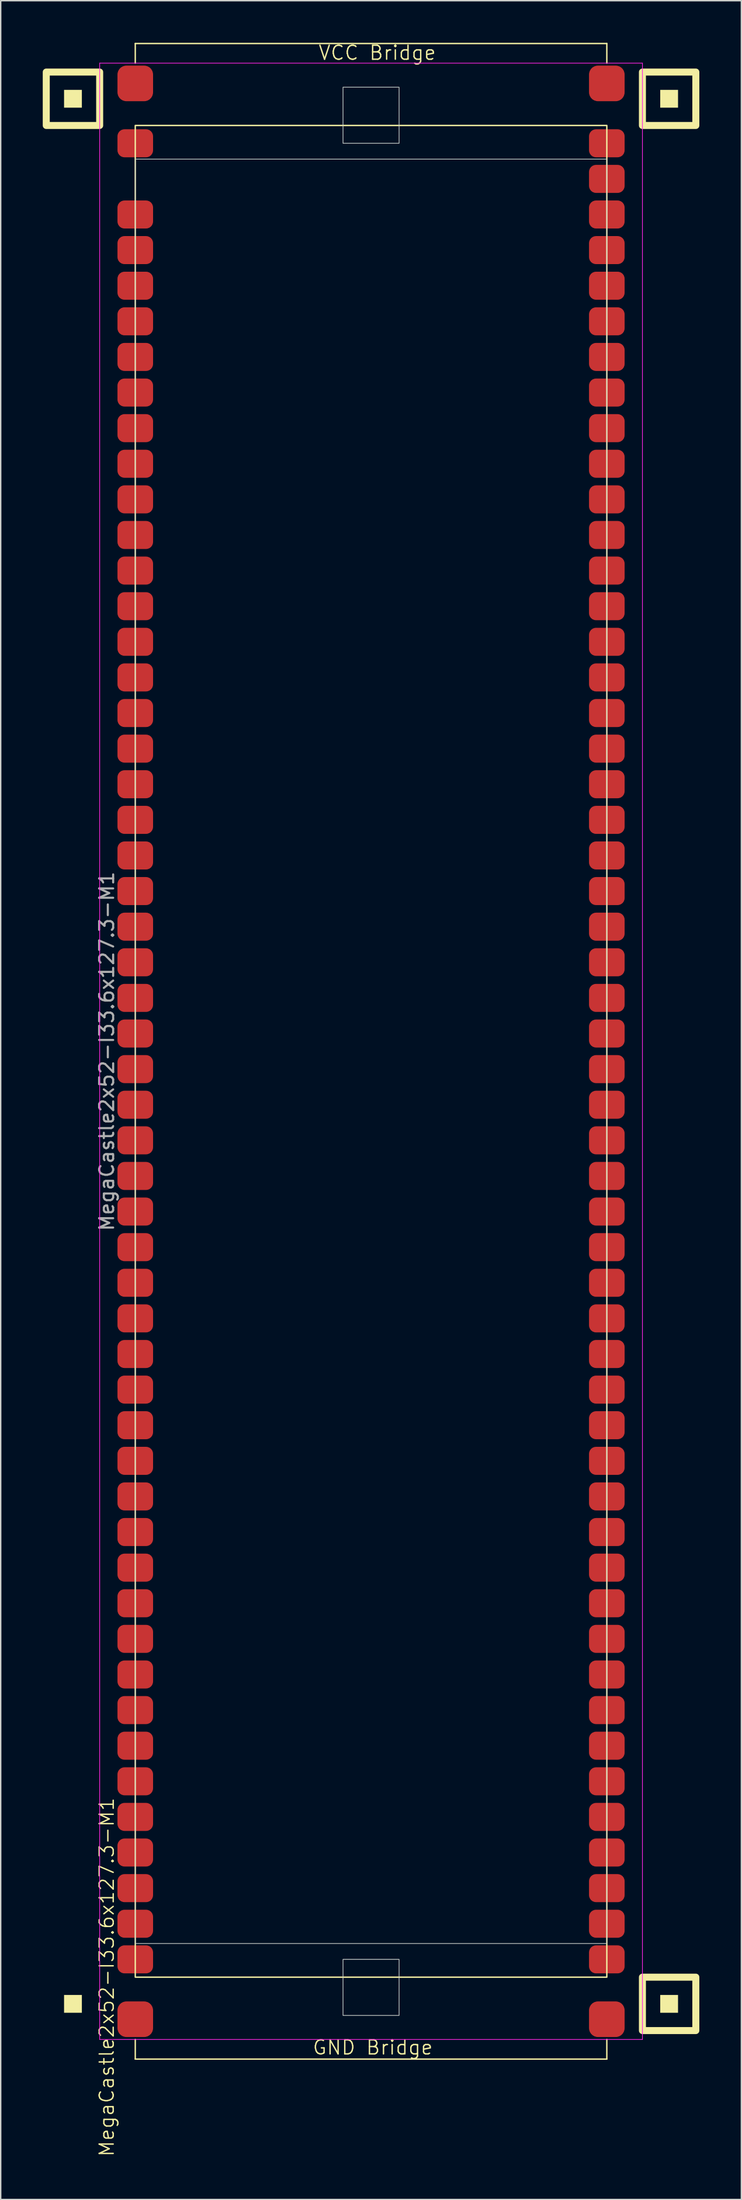
<source format=kicad_pcb>
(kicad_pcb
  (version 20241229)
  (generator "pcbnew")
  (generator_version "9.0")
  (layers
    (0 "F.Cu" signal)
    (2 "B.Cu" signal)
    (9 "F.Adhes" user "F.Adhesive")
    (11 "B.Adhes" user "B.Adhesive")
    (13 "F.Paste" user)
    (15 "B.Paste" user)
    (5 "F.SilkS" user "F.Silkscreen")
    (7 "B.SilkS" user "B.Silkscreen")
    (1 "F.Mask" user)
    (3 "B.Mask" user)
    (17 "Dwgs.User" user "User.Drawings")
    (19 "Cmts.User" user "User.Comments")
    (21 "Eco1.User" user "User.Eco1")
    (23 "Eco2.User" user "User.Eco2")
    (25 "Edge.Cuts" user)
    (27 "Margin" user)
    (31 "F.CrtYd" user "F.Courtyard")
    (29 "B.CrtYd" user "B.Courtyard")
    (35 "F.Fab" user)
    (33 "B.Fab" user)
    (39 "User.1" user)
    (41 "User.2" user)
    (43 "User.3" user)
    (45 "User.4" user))
  (footprint "MegaCastle2x52-I33.6x127.3-M1"
    (layer "F.Cu")
    (at 23.42 71.94)
    (property "Reference" "MegaCastle2x52-I33.6x127.3-M1" (at -18.852 66.04 90) (unlocked yes) (layer "F.SilkS") (effects (font (size 1 1) (thickness 0.1))))
    (attr smd)
    (fp_line (start -16.82 -71.885) (end 16.82 -71.885) (stroke (width 0.1) (type default)) (layer "F.SilkS"))
    (fp_line (start -16.82 -70.485) (end -16.82 -71.885) (stroke (width 0.1) (type default)) (layer "F.SilkS"))
    (fp_line (start -16.82 70.485) (end -16.82 71.885) (stroke (width 0.1) (type default)) (layer "F.SilkS"))
    (fp_line (start -16.82 71.885) (end 16.82 71.885) (stroke (width 0.1) (type default)) (layer "F.SilkS"))
    (fp_line (start 16.82 -70.485) (end 16.82 -71.885) (stroke (width 0.1) (type default)) (layer "F.SilkS"))
    (fp_line (start 16.82 70.485) (end 16.82 71.885) (stroke (width 0.1) (type default)) (layer "F.SilkS"))
    (fp_rect (start -20.63 -67.31) (end -21.9 -68.58) (stroke (width 0) (type solid)) (fill yes) (layer "F.SilkS"))
    (fp_rect (start -20.63 68.58) (end -21.9 67.31) (stroke (width 0) (type solid)) (fill yes) (layer "F.SilkS"))
    (fp_rect (start -19.36 -66.04) (end -23.17 -69.85) (stroke (width 0.5) (type default)) (fill no) (layer "F.SilkS"))
    (fp_rect (start -16.82 -66.04) (end 16.82 66.04) (stroke (width 0.1) (type default)) (fill no) (layer "F.SilkS"))
    (fp_rect (start 21.9 -67.31) (end 20.63 -68.58) (stroke (width 0) (type solid)) (fill yes) (layer "F.SilkS"))
    (fp_rect (start 21.9 68.58) (end 20.63 67.31) (stroke (width 0) (type solid)) (fill yes) (layer "F.SilkS"))
    (fp_rect (start 23.17 -66.04) (end 19.36 -69.85) (stroke (width 0.5) (type default)) (fill no) (layer "F.SilkS"))
    (fp_rect (start 23.17 69.85) (end 19.36 66.04) (stroke (width 0.5) (type default)) (fill no) (layer "F.SilkS"))
    (fp_rect (start -16.82 -63.64) (end 16.82 63.64) (stroke (width 0.05) (type default)) (fill no) (layer "Edge.Cuts"))
    (fp_rect (start -2 -64.77) (end 2 -68.77) (stroke (width 0.05) (type default)) (fill no) (layer "Edge.Cuts"))
    (fp_rect (start -2 64.77) (end 2 68.77) (stroke (width 0.05) (type default)) (fill no) (layer "Edge.Cuts"))
    (fp_line (start -19.36 -70.485) (end -19.36 70.485) (stroke (width 0.05) (type default)) (layer "F.CrtYd"))
    (fp_line (start -19.36 70.485) (end 19.36 70.485) (stroke (width 0.05) (type default)) (layer "F.CrtYd"))
    (fp_line (start 19.36 -70.485) (end -19.36 -70.485) (stroke (width 0.05) (type default)) (layer "F.CrtYd"))
    (fp_line (start 19.36 -70.485) (end 19.36 70.485) (stroke (width 0.05) (type default)) (layer "F.CrtYd"))
    (fp_text user "GND Bridge" (at -4.226 71.64 0) (unlocked yes) (layer "F.SilkS") (effects (font (size 1 1) (thickness 0.1)) (justify left bottom)))
    (fp_text user "VCC Bridge" (at -3.81 -70.64 0) (unlocked yes) (layer "F.SilkS") (effects (font (size 1 1) (thickness 0.1)) (justify left bottom)))
    (fp_text user "${REFERENCE}" (at -18.852 0 90) (unlocked yes) (layer "F.Fab") (effects (font (size 1 1) (thickness 0.15))))
    (pad "1" smd roundrect (at -16.82 -64.77) (size 2.54 2) (layers "F.Cu" "F.Mask" "F.Paste") (roundrect_rratio 0.25))
    (pad "3" smd roundrect (at -16.82 -59.69) (size 2.54 2) (layers "F.Cu" "F.Mask" "F.Paste") (roundrect_rratio 0.25))
    (pad "4" smd roundrect (at -16.82 -57.15) (size 2.54 2) (layers "F.Cu" "F.Mask" "F.Paste") (roundrect_rratio 0.25))
    (pad "5" smd roundrect (at -16.82 -54.61) (size 2.54 2) (layers "F.Cu" "F.Mask" "F.Paste") (roundrect_rratio 0.25))
    (pad "6" smd roundrect (at -16.82 -52.07) (size 2.54 2) (layers "F.Cu" "F.Mask" "F.Paste") (roundrect_rratio 0.25))
    (pad "7" smd roundrect (at -16.82 -49.53) (size 2.54 2) (layers "F.Cu" "F.Mask" "F.Paste") (roundrect_rratio 0.25))
    (pad "8" smd roundrect (at -16.82 -46.99) (size 2.54 2) (layers "F.Cu" "F.Mask" "F.Paste") (roundrect_rratio 0.25))
    (pad "9" smd roundrect (at -16.82 -44.45) (size 2.54 2) (layers "F.Cu" "F.Mask" "F.Paste") (roundrect_rratio 0.25))
    (pad "10" smd roundrect (at -16.82 -41.91) (size 2.54 2) (layers "F.Cu" "F.Mask" "F.Paste") (roundrect_rratio 0.25))
    (pad "11" smd roundrect (at -16.82 -39.37) (size 2.54 2) (layers "F.Cu" "F.Mask" "F.Paste") (roundrect_rratio 0.25))
    (pad "12" smd roundrect (at -16.82 -36.83) (size 2.54 2) (layers "F.Cu" "F.Mask" "F.Paste") (roundrect_rratio 0.25))
    (pad "13" smd roundrect (at -16.82 -34.29) (size 2.54 2) (layers "F.Cu" "F.Mask" "F.Paste") (roundrect_rratio 0.25))
    (pad "14" smd roundrect (at -16.82 -31.75) (size 2.54 2) (layers "F.Cu" "F.Mask" "F.Paste") (roundrect_rratio 0.25))
    (pad "15" smd roundrect (at -16.82 -29.21) (size 2.54 2) (layers "F.Cu" "F.Mask" "F.Paste") (roundrect_rratio 0.25))
    (pad "16" smd roundrect (at -16.82 -26.67) (size 2.54 2) (layers "F.Cu" "F.Mask" "F.Paste") (roundrect_rratio 0.25))
    (pad "17" smd roundrect (at -16.82 -24.13) (size 2.54 2) (layers "F.Cu" "F.Mask" "F.Paste") (roundrect_rratio 0.25))
    (pad "18" smd roundrect (at -16.82 -21.59) (size 2.54 2) (layers "F.Cu" "F.Mask" "F.Paste") (roundrect_rratio 0.25))
    (pad "19" smd roundrect (at -16.82 -19.05) (size 2.54 2) (layers "F.Cu" "F.Mask" "F.Paste") (roundrect_rratio 0.25))
    (pad "20" smd roundrect (at -16.82 -16.51) (size 2.54 2) (layers "F.Cu" "F.Mask" "F.Paste") (roundrect_rratio 0.25))
    (pad "21" smd roundrect (at -16.82 -13.97) (size 2.54 2) (layers "F.Cu" "F.Mask" "F.Paste") (roundrect_rratio 0.25))
    (pad "22" smd roundrect (at -16.82 -11.43) (size 2.54 2) (layers "F.Cu" "F.Mask" "F.Paste") (roundrect_rratio 0.25))
    (pad "23" smd roundrect (at -16.82 -8.89) (size 2.54 2) (layers "F.Cu" "F.Mask" "F.Paste") (roundrect_rratio 0.25))
    (pad "24" smd roundrect (at -16.82 -6.35) (size 2.54 2) (layers "F.Cu" "F.Mask" "F.Paste") (roundrect_rratio 0.25))
    (pad "25" smd roundrect (at -16.82 -3.81) (size 2.54 2) (layers "F.Cu" "F.Mask" "F.Paste") (roundrect_rratio 0.25))
    (pad "26" smd roundrect (at -16.82 -1.27) (size 2.54 2) (layers "F.Cu" "F.Mask" "F.Paste") (roundrect_rratio 0.25))
    (pad "27" smd roundrect (at -16.82 1.27) (size 2.54 2) (layers "F.Cu" "F.Mask" "F.Paste") (roundrect_rratio 0.25))
    (pad "28" smd roundrect (at -16.82 3.81) (size 2.54 2) (layers "F.Cu" "F.Mask" "F.Paste") (roundrect_rratio 0.25))
    (pad "29" smd roundrect (at -16.82 6.35) (size 2.54 2) (layers "F.Cu" "F.Mask" "F.Paste") (roundrect_rratio 0.25))
    (pad "30" smd roundrect (at -16.82 8.89) (size 2.54 2) (layers "F.Cu" "F.Mask" "F.Paste") (roundrect_rratio 0.25))
    (pad "31" smd roundrect (at -16.82 11.43) (size 2.54 2) (layers "F.Cu" "F.Mask" "F.Paste") (roundrect_rratio 0.25))
    (pad "32" smd roundrect (at -16.82 13.97) (size 2.54 2) (layers "F.Cu" "F.Mask" "F.Paste") (roundrect_rratio 0.25))
    (pad "33" smd roundrect (at -16.82 16.51) (size 2.54 2) (layers "F.Cu" "F.Mask" "F.Paste") (roundrect_rratio 0.25))
    (pad "34" smd roundrect (at -16.82 19.05) (size 2.54 2) (layers "F.Cu" "F.Mask" "F.Paste") (roundrect_rratio 0.25))
    (pad "35" smd roundrect (at -16.82 21.59) (size 2.54 2) (layers "F.Cu" "F.Mask" "F.Paste") (roundrect_rratio 0.25))
    (pad "36" smd roundrect (at -16.82 24.13) (size 2.54 2) (layers "F.Cu" "F.Mask" "F.Paste") (roundrect_rratio 0.25))
    (pad "37" smd roundrect (at -16.82 26.67) (size 2.54 2) (layers "F.Cu" "F.Mask" "F.Paste") (roundrect_rratio 0.25))
    (pad "38" smd roundrect (at -16.82 29.21) (size 2.54 2) (layers "F.Cu" "F.Mask" "F.Paste") (roundrect_rratio 0.25))
    (pad "39" smd roundrect (at -16.82 31.75) (size 2.54 2) (layers "F.Cu" "F.Mask" "F.Paste") (roundrect_rratio 0.25))
    (pad "40" smd roundrect (at -16.82 34.29) (size 2.54 2) (layers "F.Cu" "F.Mask" "F.Paste") (roundrect_rratio 0.25))
    (pad "41" smd roundrect (at -16.82 36.83) (size 2.54 2) (layers "F.Cu" "F.Mask" "F.Paste") (roundrect_rratio 0.25))
    (pad "42" smd roundrect (at -16.82 39.37) (size 2.54 2) (layers "F.Cu" "F.Mask" "F.Paste") (roundrect_rratio 0.25))
    (pad "43" smd roundrect (at -16.82 41.91) (size 2.54 2) (layers "F.Cu" "F.Mask" "F.Paste") (roundrect_rratio 0.25))
    (pad "44" smd roundrect (at -16.82 44.45) (size 2.54 2) (layers "F.Cu" "F.Mask" "F.Paste") (roundrect_rratio 0.25))
    (pad "45" smd roundrect (at -16.82 46.99) (size 2.54 2) (layers "F.Cu" "F.Mask" "F.Paste") (roundrect_rratio 0.25))
    (pad "46" smd roundrect (at -16.82 49.53) (size 2.54 2) (layers "F.Cu" "F.Mask" "F.Paste") (roundrect_rratio 0.25))
    (pad "47" smd roundrect (at -16.82 52.07) (size 2.54 2) (layers "F.Cu" "F.Mask" "F.Paste") (roundrect_rratio 0.25))
    (pad "48" smd roundrect (at -16.82 54.61) (size 2.54 2) (layers "F.Cu" "F.Mask" "F.Paste") (roundrect_rratio 0.25))
    (pad "49" smd roundrect (at -16.82 57.15) (size 2.54 2) (layers "F.Cu" "F.Mask" "F.Paste") (roundrect_rratio 0.25))
    (pad "50" smd roundrect (at -16.82 59.69) (size 2.54 2) (layers "F.Cu" "F.Mask" "F.Paste") (roundrect_rratio 0.25))
    (pad "51" smd roundrect (at -16.82 62.23) (size 2.54 2) (layers "F.Cu" "F.Mask" "F.Paste") (roundrect_rratio 0.25))
    (pad "52" smd roundrect (at -16.82 64.77) (size 2.54 2) (layers "F.Cu" "F.Mask" "F.Paste") (roundrect_rratio 0.25))
    (pad "53" smd roundrect (at 16.82 -64.77) (size 2.54 2) (layers "F.Cu" "F.Mask" "F.Paste") (roundrect_rratio 0.25))
    (pad "54" smd roundrect (at 16.82 -62.23) (size 2.54 2) (layers "F.Cu" "F.Mask" "F.Paste") (roundrect_rratio 0.25))
    (pad "55" smd roundrect (at 16.82 -59.69) (size 2.54 2) (layers "F.Cu" "F.Mask" "F.Paste") (roundrect_rratio 0.25))
    (pad "56" smd roundrect (at 16.82 -57.15) (size 2.54 2) (layers "F.Cu" "F.Mask" "F.Paste") (roundrect_rratio 0.25))
    (pad "57" smd roundrect (at 16.82 -54.61) (size 2.54 2) (layers "F.Cu" "F.Mask" "F.Paste") (roundrect_rratio 0.25))
    (pad "58" smd roundrect (at 16.82 -52.07) (size 2.54 2) (layers "F.Cu" "F.Mask" "F.Paste") (roundrect_rratio 0.25))
    (pad "59" smd roundrect (at 16.82 -49.53) (size 2.54 2) (layers "F.Cu" "F.Mask" "F.Paste") (roundrect_rratio 0.25))
    (pad "60" smd roundrect (at 16.82 -46.99) (size 2.54 2) (layers "F.Cu" "F.Mask" "F.Paste") (roundrect_rratio 0.25))
    (pad "61" smd roundrect (at 16.82 -44.45) (size 2.54 2) (layers "F.Cu" "F.Mask" "F.Paste") (roundrect_rratio 0.25))
    (pad "62" smd roundrect (at 16.82 -41.91) (size 2.54 2) (layers "F.Cu" "F.Mask" "F.Paste") (roundrect_rratio 0.25))
    (pad "63" smd roundrect (at 16.82 -39.37) (size 2.54 2) (layers "F.Cu" "F.Mask" "F.Paste") (roundrect_rratio 0.25))
    (pad "64" smd roundrect (at 16.82 -36.83) (size 2.54 2) (layers "F.Cu" "F.Mask" "F.Paste") (roundrect_rratio 0.25))
    (pad "65" smd roundrect (at 16.82 -34.29) (size 2.54 2) (layers "F.Cu" "F.Mask" "F.Paste") (roundrect_rratio 0.25))
    (pad "66" smd roundrect (at 16.82 -31.75) (size 2.54 2) (layers "F.Cu" "F.Mask" "F.Paste") (roundrect_rratio 0.25))
    (pad "67" smd roundrect (at 16.82 -29.21) (size 2.54 2) (layers "F.Cu" "F.Mask" "F.Paste") (roundrect_rratio 0.25))
    (pad "68" smd roundrect (at 16.82 -26.67) (size 2.54 2) (layers "F.Cu" "F.Mask" "F.Paste") (roundrect_rratio 0.25))
    (pad "69" smd roundrect (at 16.82 -24.13) (size 2.54 2) (layers "F.Cu" "F.Mask" "F.Paste") (roundrect_rratio 0.25))
    (pad "70" smd roundrect (at 16.82 -21.59) (size 2.54 2) (layers "F.Cu" "F.Mask" "F.Paste") (roundrect_rratio 0.25))
    (pad "71" smd roundrect (at 16.82 -19.05) (size 2.54 2) (layers "F.Cu" "F.Mask" "F.Paste") (roundrect_rratio 0.25))
    (pad "72" smd roundrect (at 16.82 -16.51) (size 2.54 2) (layers "F.Cu" "F.Mask" "F.Paste") (roundrect_rratio 0.25))
    (pad "73" smd roundrect (at 16.82 -13.97) (size 2.54 2) (layers "F.Cu" "F.Mask" "F.Paste") (roundrect_rratio 0.25))
    (pad "74" smd roundrect (at 16.82 -11.43) (size 2.54 2) (layers "F.Cu" "F.Mask" "F.Paste") (roundrect_rratio 0.25))
    (pad "75" smd roundrect (at 16.82 -8.89) (size 2.54 2) (layers "F.Cu" "F.Mask" "F.Paste") (roundrect_rratio 0.25))
    (pad "76" smd roundrect (at 16.82 -6.35) (size 2.54 2) (layers "F.Cu" "F.Mask" "F.Paste") (roundrect_rratio 0.25))
    (pad "77" smd roundrect (at 16.82 -3.81) (size 2.54 2) (layers "F.Cu" "F.Mask" "F.Paste") (roundrect_rratio 0.25))
    (pad "78" smd roundrect (at 16.82 -1.27) (size 2.54 2) (layers "F.Cu" "F.Mask" "F.Paste") (roundrect_rratio 0.25))
    (pad "79" smd roundrect (at 16.82 1.27) (size 2.54 2) (layers "F.Cu" "F.Mask" "F.Paste") (roundrect_rratio 0.25))
    (pad "80" smd roundrect (at 16.82 3.81) (size 2.54 2) (layers "F.Cu" "F.Mask" "F.Paste") (roundrect_rratio 0.25))
    (pad "81" smd roundrect (at 16.82 6.35) (size 2.54 2) (layers "F.Cu" "F.Mask" "F.Paste") (roundrect_rratio 0.25))
    (pad "82" smd roundrect (at 16.82 8.89) (size 2.54 2) (layers "F.Cu" "F.Mask" "F.Paste") (roundrect_rratio 0.25))
    (pad "83" smd roundrect (at 16.82 11.43) (size 2.54 2) (layers "F.Cu" "F.Mask" "F.Paste") (roundrect_rratio 0.25))
    (pad "84" smd roundrect (at 16.82 13.97) (size 2.54 2) (layers "F.Cu" "F.Mask" "F.Paste") (roundrect_rratio 0.25))
    (pad "85" smd roundrect (at 16.82 16.51) (size 2.54 2) (layers "F.Cu" "F.Mask" "F.Paste") (roundrect_rratio 0.25))
    (pad "86" smd roundrect (at 16.82 19.05) (size 2.54 2) (layers "F.Cu" "F.Mask" "F.Paste") (roundrect_rratio 0.25))
    (pad "87" smd roundrect (at 16.82 21.59) (size 2.54 2) (layers "F.Cu" "F.Mask" "F.Paste") (roundrect_rratio 0.25))
    (pad "88" smd roundrect (at 16.82 24.13) (size 2.54 2) (layers "F.Cu" "F.Mask" "F.Paste") (roundrect_rratio 0.25))
    (pad "89" smd roundrect (at 16.82 26.67) (size 2.54 2) (layers "F.Cu" "F.Mask" "F.Paste") (roundrect_rratio 0.25))
    (pad "90" smd roundrect (at 16.82 29.21) (size 2.54 2) (layers "F.Cu" "F.Mask" "F.Paste") (roundrect_rratio 0.25))
    (pad "91" smd roundrect (at 16.82 31.75) (size 2.54 2) (layers "F.Cu" "F.Mask" "F.Paste") (roundrect_rratio 0.25))
    (pad "92" smd roundrect (at 16.82 34.29) (size 2.54 2) (layers "F.Cu" "F.Mask" "F.Paste") (roundrect_rratio 0.25))
    (pad "93" smd roundrect (at 16.82 36.83) (size 2.54 2) (layers "F.Cu" "F.Mask" "F.Paste") (roundrect_rratio 0.25))
    (pad "94" smd roundrect (at 16.82 39.37) (size 2.54 2) (layers "F.Cu" "F.Mask" "F.Paste") (roundrect_rratio 0.25))
    (pad "95" smd roundrect (at 16.82 41.91) (size 2.54 2) (layers "F.Cu" "F.Mask" "F.Paste") (roundrect_rratio 0.25))
    (pad "96" smd roundrect (at 16.82 44.45) (size 2.54 2) (layers "F.Cu" "F.Mask" "F.Paste") (roundrect_rratio 0.25))
    (pad "97" smd roundrect (at 16.82 46.99) (size 2.54 2) (layers "F.Cu" "F.Mask" "F.Paste") (roundrect_rratio 0.25))
    (pad "98" smd roundrect (at 16.82 49.53) (size 2.54 2) (layers "F.Cu" "F.Mask" "F.Paste") (roundrect_rratio 0.25))
    (pad "99" smd roundrect (at 16.82 52.07) (size 2.54 2) (layers "F.Cu" "F.Mask" "F.Paste") (roundrect_rratio 0.25))
    (pad "100" smd roundrect (at 16.82 54.61) (size 2.54 2) (layers "F.Cu" "F.Mask" "F.Paste") (roundrect_rratio 0.25))
    (pad "101" smd roundrect (at 16.82 57.15) (size 2.54 2) (layers "F.Cu" "F.Mask" "F.Paste") (roundrect_rratio 0.25))
    (pad "102" smd roundrect (at 16.82 59.69) (size 2.54 2) (layers "F.Cu" "F.Mask" "F.Paste") (roundrect_rratio 0.25))
    (pad "103" smd roundrect (at 16.82 62.23) (size 2.54 2) (layers "F.Cu" "F.Mask" "F.Paste") (roundrect_rratio 0.25))
    (pad "104" smd roundrect (at 16.82 64.77) (size 2.54 2) (layers "F.Cu" "F.Mask" "F.Paste") (roundrect_rratio 0.25))
    (pad "A1" smd roundrect (at -16.82 -69.04) (size 2.54 2.54) (layers "F.Cu" "F.Mask" "F.Paste") (roundrect_rratio 0.25))
    (pad "A2" smd roundrect (at 16.82 -69.04) (size 2.54 2.54) (layers "F.Cu" "F.Mask" "F.Paste") (roundrect_rratio 0.25))
    (pad "B1" smd roundrect (at -16.82 69.04) (size 2.54 2.54) (layers "F.Cu" "F.Mask" "F.Paste") (roundrect_rratio 0.25))
    (pad "B2" smd roundrect (at 16.82 69.04) (size 2.54 2.54) (layers "F.Cu" "F.Mask" "F.Paste") (roundrect_rratio 0.25)))
  (gr_rect
    (start -3 -3)
    (end 49.84 153.84)
    (stroke (width 0.1) (type default))
    (fill no)
    (layer "Edge.Cuts")))
</source>
